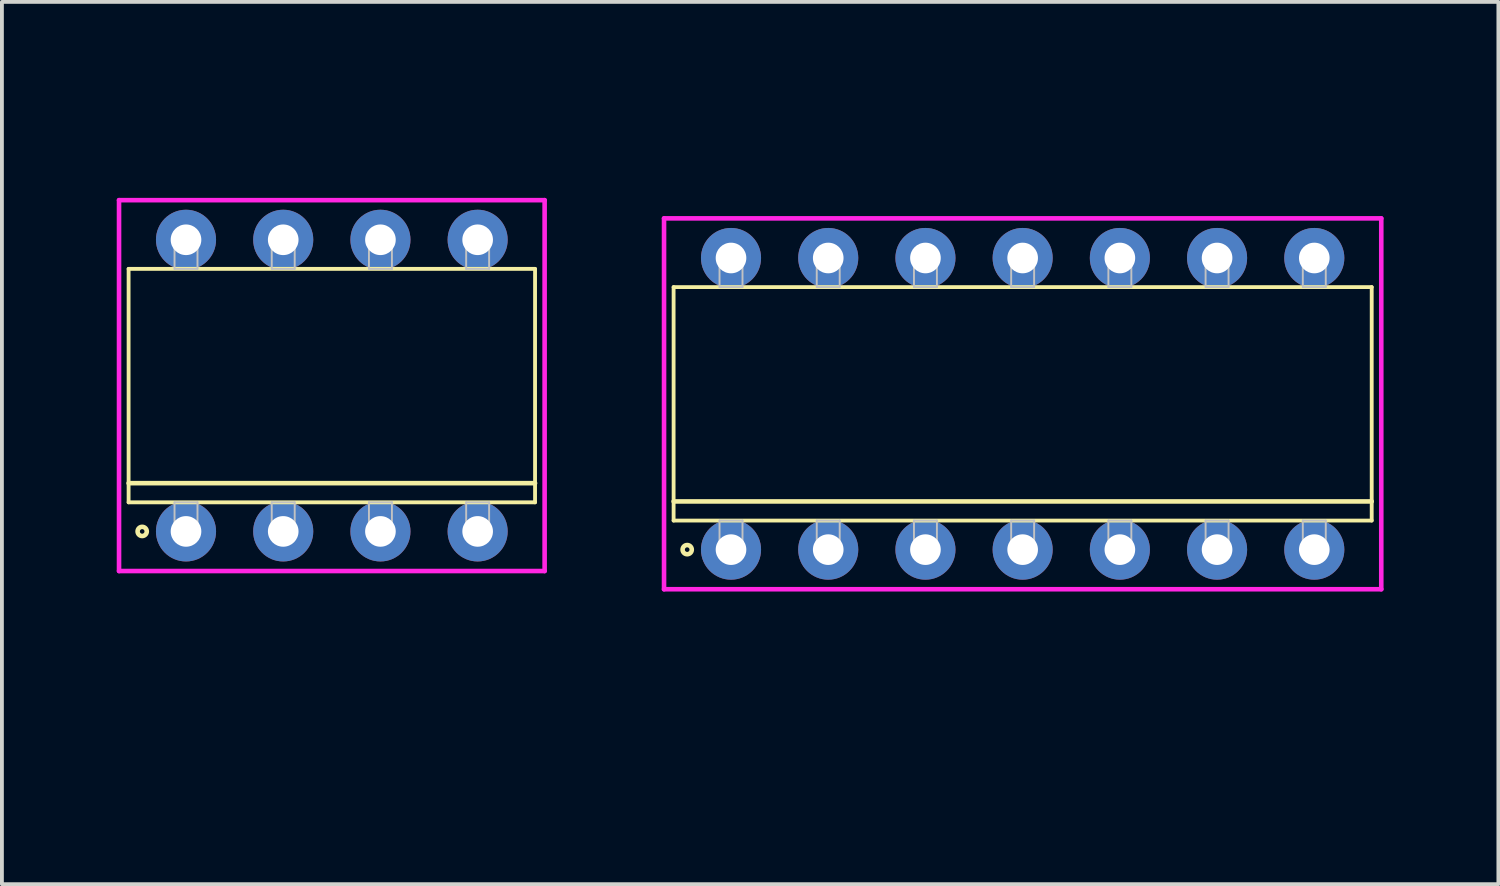
<source format=kicad_pcb>
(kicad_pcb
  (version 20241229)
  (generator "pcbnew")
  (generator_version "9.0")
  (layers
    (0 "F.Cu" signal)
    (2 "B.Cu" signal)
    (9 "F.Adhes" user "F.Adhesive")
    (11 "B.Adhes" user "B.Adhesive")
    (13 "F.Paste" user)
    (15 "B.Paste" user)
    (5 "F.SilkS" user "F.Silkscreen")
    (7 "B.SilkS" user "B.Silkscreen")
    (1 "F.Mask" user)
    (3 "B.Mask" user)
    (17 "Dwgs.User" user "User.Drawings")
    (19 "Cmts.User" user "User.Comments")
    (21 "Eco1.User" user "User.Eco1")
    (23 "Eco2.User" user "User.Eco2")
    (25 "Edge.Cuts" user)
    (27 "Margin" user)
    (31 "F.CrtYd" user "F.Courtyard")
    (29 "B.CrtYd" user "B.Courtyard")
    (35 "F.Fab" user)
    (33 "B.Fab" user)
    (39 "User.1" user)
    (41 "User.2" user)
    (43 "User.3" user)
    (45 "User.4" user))
  (footprint "DIP254P1062x610-8"
    (layer "F.Cu")
    (at 5.62 7.025)
    (property "Reference" "DIP254P1062x610-8" (at 0 1.025 90) (layer "User.1") (effects (font (size 1 1) (thickness 0.1))))
    (attr through_hole)
    (fp_line (start -5.31 -3.05) (end -5.31 3.05) (stroke (width 0.1) (type solid)) (layer "F.SilkS"))
    (fp_line (start -5.31 2.55) (end 5.31 2.55) (stroke (width 0.12) (type solid)) (layer "F.SilkS"))
    (fp_line (start -5.31 3.05) (end 5.31 3.05) (stroke (width 0.1) (type solid)) (layer "F.SilkS"))
    (fp_line (start 5.31 -3.05) (end -5.31 -3.05) (stroke (width 0.1) (type solid)) (layer "F.SilkS"))
    (fp_line (start 5.31 3.05) (end 5.31 -3.05) (stroke (width 0.1) (type solid)) (layer "F.SilkS"))
    (fp_circle (center -4.955 3.81) (end -4.835 3.81) (stroke (width 0.12) (type solid)) (fill no) (layer "F.SilkS"))
    (fp_line (start -4.11 -3.81) (end -4.11 -3.05) (stroke (width 0.05) (type solid)) (layer "Dwgs.User"))
    (fp_line (start -4.11 -3.05) (end -3.51 -3.05) (stroke (width 0.05) (type solid)) (layer "Dwgs.User"))
    (fp_line (start -4.11 3.05) (end -3.51 3.05) (stroke (width 0.05) (type solid)) (layer "Dwgs.User"))
    (fp_line (start -4.11 3.81) (end -4.11 3.05) (stroke (width 0.05) (type solid)) (layer "Dwgs.User"))
    (fp_line (start -3.51 -3.81) (end -4.11 -3.81) (stroke (width 0.05) (type solid)) (layer "Dwgs.User"))
    (fp_line (start -3.51 -3.05) (end -3.51 -3.81) (stroke (width 0.05) (type solid)) (layer "Dwgs.User"))
    (fp_line (start -3.51 3.05) (end -3.51 3.81) (stroke (width 0.05) (type solid)) (layer "Dwgs.User"))
    (fp_line (start -3.51 3.81) (end -4.11 3.81) (stroke (width 0.05) (type solid)) (layer "Dwgs.User"))
    (fp_line (start -1.57 -3.81) (end -1.57 -3.05) (stroke (width 0.05) (type solid)) (layer "Dwgs.User"))
    (fp_line (start -1.57 -3.05) (end -0.97 -3.05) (stroke (width 0.05) (type solid)) (layer "Dwgs.User"))
    (fp_line (start -1.57 3.05) (end -0.97 3.05) (stroke (width 0.05) (type solid)) (layer "Dwgs.User"))
    (fp_line (start -1.57 3.81) (end -1.57 3.05) (stroke (width 0.05) (type solid)) (layer "Dwgs.User"))
    (fp_line (start -0.97 -3.81) (end -1.57 -3.81) (stroke (width 0.05) (type solid)) (layer "Dwgs.User"))
    (fp_line (start -0.97 -3.05) (end -0.97 -3.81) (stroke (width 0.05) (type solid)) (layer "Dwgs.User"))
    (fp_line (start -0.97 3.05) (end -0.97 3.81) (stroke (width 0.05) (type solid)) (layer "Dwgs.User"))
    (fp_line (start -0.97 3.81) (end -1.57 3.81) (stroke (width 0.05) (type solid)) (layer "Dwgs.User"))
    (fp_line (start 0.97 -3.81) (end 0.97 -3.05) (stroke (width 0.05) (type solid)) (layer "Dwgs.User"))
    (fp_line (start 0.97 -3.05) (end 1.57 -3.05) (stroke (width 0.05) (type solid)) (layer "Dwgs.User"))
    (fp_line (start 0.97 3.05) (end 1.57 3.05) (stroke (width 0.05) (type solid)) (layer "Dwgs.User"))
    (fp_line (start 0.97 3.81) (end 0.97 3.05) (stroke (width 0.05) (type solid)) (layer "Dwgs.User"))
    (fp_line (start 1.57 -3.81) (end 0.97 -3.81) (stroke (width 0.05) (type solid)) (layer "Dwgs.User"))
    (fp_line (start 1.57 -3.05) (end 1.57 -3.81) (stroke (width 0.05) (type solid)) (layer "Dwgs.User"))
    (fp_line (start 1.57 3.05) (end 1.57 3.81) (stroke (width 0.05) (type solid)) (layer "Dwgs.User"))
    (fp_line (start 1.57 3.81) (end 0.97 3.81) (stroke (width 0.05) (type solid)) (layer "Dwgs.User"))
    (fp_line (start 3.51 -3.81) (end 3.51 -3.05) (stroke (width 0.05) (type solid)) (layer "Dwgs.User"))
    (fp_line (start 3.51 -3.05) (end 4.11 -3.05) (stroke (width 0.05) (type solid)) (layer "Dwgs.User"))
    (fp_line (start 3.51 3.05) (end 4.11 3.05) (stroke (width 0.05) (type solid)) (layer "Dwgs.User"))
    (fp_line (start 3.51 3.81) (end 3.51 3.05) (stroke (width 0.05) (type solid)) (layer "Dwgs.User"))
    (fp_line (start 4.11 -3.81) (end 3.51 -3.81) (stroke (width 0.05) (type solid)) (layer "Dwgs.User"))
    (fp_line (start 4.11 -3.05) (end 4.11 -3.81) (stroke (width 0.05) (type solid)) (layer "Dwgs.User"))
    (fp_line (start 4.11 3.05) (end 4.11 3.81) (stroke (width 0.05) (type solid)) (layer "Dwgs.User"))
    (fp_line (start 4.11 3.81) (end 3.51 3.81) (stroke (width 0.05) (type solid)) (layer "Dwgs.User"))
    (fp_line (start -5.56 -4.845) (end -5.56 4.845) (stroke (width 0.12) (type solid)) (layer "F.CrtYd"))
    (fp_line (start -5.56 4.845) (end 5.56 4.845) (stroke (width 0.12) (type solid)) (layer "F.CrtYd"))
    (fp_line (start 5.56 -4.845) (end -5.56 -4.845) (stroke (width 0.12) (type solid)) (layer "F.CrtYd"))
    (fp_line (start 5.56 4.845) (end 5.56 -4.845) (stroke (width 0.12) (type solid)) (layer "F.CrtYd"))
    (pad "1" thru_hole oval (at -3.81 -3.81) (size 1.57 1.57) (drill 0.8) (layers "*.Cu" "*.Mask"))
    (pad "1" thru_hole oval (at -3.81 3.81) (size 1.57 1.57) (drill 0.8) (layers "*.Cu" "*.Mask"))
    (pad "1" thru_hole oval (at -1.27 -3.81) (size 1.57 1.57) (drill 0.8) (layers "*.Cu" "*.Mask"))
    (pad "1" thru_hole oval (at 1.27 -3.81) (size 1.57 1.57) (drill 0.8) (layers "*.Cu" "*.Mask"))
    (pad "1" thru_hole oval (at 3.81 -3.81) (size 1.57 1.57) (drill 0.8) (layers "*.Cu" "*.Mask"))
    (pad "2" thru_hole oval (at -1.27 3.81) (size 1.57 1.57) (drill 0.8) (layers "*.Cu" "*.Mask"))
    (pad "3" thru_hole oval (at 1.27 3.81) (size 1.57 1.57) (drill 0.8) (layers "*.Cu" "*.Mask"))
    (pad "4" thru_hole oval (at 3.81 3.81) (size 1.57 1.57) (drill 0.8) (layers "*.Cu" "*.Mask")))
  (footprint "DIP254P1824x610-14"
    (layer "F.Cu")
    (at 23.67 7.501)
    (property "Reference" "DIP254P1824x610-14" (at 0 1.025 90) (layer "User.1") (effects (font (size 1 1) (thickness 0.1))))
    (attr through_hole)
    (fp_line (start -9.12 -3.05) (end -9.12 3.05) (stroke (width 0.1) (type solid)) (layer "F.SilkS"))
    (fp_line (start -9.12 2.55) (end 9.12 2.55) (stroke (width 0.12) (type solid)) (layer "F.SilkS"))
    (fp_line (start -9.12 3.05) (end 9.12 3.05) (stroke (width 0.1) (type solid)) (layer "F.SilkS"))
    (fp_line (start 9.12 -3.05) (end -9.12 -3.05) (stroke (width 0.1) (type solid)) (layer "F.SilkS"))
    (fp_line (start 9.12 3.05) (end 9.12 -3.05) (stroke (width 0.1) (type solid)) (layer "F.SilkS"))
    (fp_circle (center -8.765 3.81) (end -8.645 3.81) (stroke (width 0.12) (type solid)) (fill no) (layer "F.SilkS"))
    (fp_line (start -7.92 -3.81) (end -7.92 -3.05) (stroke (width 0.05) (type solid)) (layer "Dwgs.User"))
    (fp_line (start -7.92 -3.05) (end -7.32 -3.05) (stroke (width 0.05) (type solid)) (layer "Dwgs.User"))
    (fp_line (start -7.92 3.05) (end -7.32 3.05) (stroke (width 0.05) (type solid)) (layer "Dwgs.User"))
    (fp_line (start -7.92 3.81) (end -7.92 3.05) (stroke (width 0.05) (type solid)) (layer "Dwgs.User"))
    (fp_line (start -7.32 -3.81) (end -7.92 -3.81) (stroke (width 0.05) (type solid)) (layer "Dwgs.User"))
    (fp_line (start -7.32 -3.05) (end -7.32 -3.81) (stroke (width 0.05) (type solid)) (layer "Dwgs.User"))
    (fp_line (start -7.32 3.05) (end -7.32 3.81) (stroke (width 0.05) (type solid)) (layer "Dwgs.User"))
    (fp_line (start -7.32 3.81) (end -7.92 3.81) (stroke (width 0.05) (type solid)) (layer "Dwgs.User"))
    (fp_line (start -5.38 -3.81) (end -5.38 -3.05) (stroke (width 0.05) (type solid)) (layer "Dwgs.User"))
    (fp_line (start -5.38 -3.05) (end -4.78 -3.05) (stroke (width 0.05) (type solid)) (layer "Dwgs.User"))
    (fp_line (start -5.38 3.05) (end -4.78 3.05) (stroke (width 0.05) (type solid)) (layer "Dwgs.User"))
    (fp_line (start -5.38 3.81) (end -5.38 3.05) (stroke (width 0.05) (type solid)) (layer "Dwgs.User"))
    (fp_line (start -4.78 -3.81) (end -5.38 -3.81) (stroke (width 0.05) (type solid)) (layer "Dwgs.User"))
    (fp_line (start -4.78 -3.05) (end -4.78 -3.81) (stroke (width 0.05) (type solid)) (layer "Dwgs.User"))
    (fp_line (start -4.78 3.05) (end -4.78 3.81) (stroke (width 0.05) (type solid)) (layer "Dwgs.User"))
    (fp_line (start -4.78 3.81) (end -5.38 3.81) (stroke (width 0.05) (type solid)) (layer "Dwgs.User"))
    (fp_line (start -2.84 -3.81) (end -2.84 -3.05) (stroke (width 0.05) (type solid)) (layer "Dwgs.User"))
    (fp_line (start -2.84 -3.05) (end -2.24 -3.05) (stroke (width 0.05) (type solid)) (layer "Dwgs.User"))
    (fp_line (start -2.84 3.05) (end -2.24 3.05) (stroke (width 0.05) (type solid)) (layer "Dwgs.User"))
    (fp_line (start -2.84 3.81) (end -2.84 3.05) (stroke (width 0.05) (type solid)) (layer "Dwgs.User"))
    (fp_line (start -2.24 -3.81) (end -2.84 -3.81) (stroke (width 0.05) (type solid)) (layer "Dwgs.User"))
    (fp_line (start -2.24 -3.05) (end -2.24 -3.81) (stroke (width 0.05) (type solid)) (layer "Dwgs.User"))
    (fp_line (start -2.24 3.05) (end -2.24 3.81) (stroke (width 0.05) (type solid)) (layer "Dwgs.User"))
    (fp_line (start -2.24 3.81) (end -2.84 3.81) (stroke (width 0.05) (type solid)) (layer "Dwgs.User"))
    (fp_line (start -0.3 -3.81) (end -0.3 -3.05) (stroke (width 0.05) (type solid)) (layer "Dwgs.User"))
    (fp_line (start -0.3 -3.05) (end 0.3 -3.05) (stroke (width 0.05) (type solid)) (layer "Dwgs.User"))
    (fp_line (start -0.3 3.05) (end 0.3 3.05) (stroke (width 0.05) (type solid)) (layer "Dwgs.User"))
    (fp_line (start -0.3 3.81) (end -0.3 3.05) (stroke (width 0.05) (type solid)) (layer "Dwgs.User"))
    (fp_line (start 0.3 -3.81) (end -0.3 -3.81) (stroke (width 0.05) (type solid)) (layer "Dwgs.User"))
    (fp_line (start 0.3 -3.05) (end 0.3 -3.81) (stroke (width 0.05) (type solid)) (layer "Dwgs.User"))
    (fp_line (start 0.3 3.05) (end 0.3 3.81) (stroke (width 0.05) (type solid)) (layer "Dwgs.User"))
    (fp_line (start 0.3 3.81) (end -0.3 3.81) (stroke (width 0.05) (type solid)) (layer "Dwgs.User"))
    (fp_line (start 2.24 -3.81) (end 2.24 -3.05) (stroke (width 0.05) (type solid)) (layer "Dwgs.User"))
    (fp_line (start 2.24 -3.05) (end 2.84 -3.05) (stroke (width 0.05) (type solid)) (layer "Dwgs.User"))
    (fp_line (start 2.24 3.05) (end 2.84 3.05) (stroke (width 0.05) (type solid)) (layer "Dwgs.User"))
    (fp_line (start 2.24 3.81) (end 2.24 3.05) (stroke (width 0.05) (type solid)) (layer "Dwgs.User"))
    (fp_line (start 2.84 -3.81) (end 2.24 -3.81) (stroke (width 0.05) (type solid)) (layer "Dwgs.User"))
    (fp_line (start 2.84 -3.05) (end 2.84 -3.81) (stroke (width 0.05) (type solid)) (layer "Dwgs.User"))
    (fp_line (start 2.84 3.05) (end 2.84 3.81) (stroke (width 0.05) (type solid)) (layer "Dwgs.User"))
    (fp_line (start 2.84 3.81) (end 2.24 3.81) (stroke (width 0.05) (type solid)) (layer "Dwgs.User"))
    (fp_line (start 4.78 -3.81) (end 4.78 -3.05) (stroke (width 0.05) (type solid)) (layer "Dwgs.User"))
    (fp_line (start 4.78 -3.05) (end 5.38 -3.05) (stroke (width 0.05) (type solid)) (layer "Dwgs.User"))
    (fp_line (start 4.78 3.05) (end 5.38 3.05) (stroke (width 0.05) (type solid)) (layer "Dwgs.User"))
    (fp_line (start 4.78 3.81) (end 4.78 3.05) (stroke (width 0.05) (type solid)) (layer "Dwgs.User"))
    (fp_line (start 5.38 -3.81) (end 4.78 -3.81) (stroke (width 0.05) (type solid)) (layer "Dwgs.User"))
    (fp_line (start 5.38 -3.05) (end 5.38 -3.81) (stroke (width 0.05) (type solid)) (layer "Dwgs.User"))
    (fp_line (start 5.38 3.05) (end 5.38 3.81) (stroke (width 0.05) (type solid)) (layer "Dwgs.User"))
    (fp_line (start 5.38 3.81) (end 4.78 3.81) (stroke (width 0.05) (type solid)) (layer "Dwgs.User"))
    (fp_line (start 7.32 -3.81) (end 7.32 -3.05) (stroke (width 0.05) (type solid)) (layer "Dwgs.User"))
    (fp_line (start 7.32 -3.05) (end 7.92 -3.05) (stroke (width 0.05) (type solid)) (layer "Dwgs.User"))
    (fp_line (start 7.32 3.05) (end 7.92 3.05) (stroke (width 0.05) (type solid)) (layer "Dwgs.User"))
    (fp_line (start 7.32 3.81) (end 7.32 3.05) (stroke (width 0.05) (type solid)) (layer "Dwgs.User"))
    (fp_line (start 7.92 -3.81) (end 7.32 -3.81) (stroke (width 0.05) (type solid)) (layer "Dwgs.User"))
    (fp_line (start 7.92 -3.05) (end 7.92 -3.81) (stroke (width 0.05) (type solid)) (layer "Dwgs.User"))
    (fp_line (start 7.92 3.05) (end 7.92 3.81) (stroke (width 0.05) (type solid)) (layer "Dwgs.User"))
    (fp_line (start 7.92 3.81) (end 7.32 3.81) (stroke (width 0.05) (type solid)) (layer "Dwgs.User"))
    (fp_line (start -9.37 -4.845) (end -9.37 4.845) (stroke (width 0.12) (type solid)) (layer "F.CrtYd"))
    (fp_line (start -9.37 4.845) (end 9.37 4.845) (stroke (width 0.12) (type solid)) (layer "F.CrtYd"))
    (fp_line (start 9.37 -4.845) (end -9.37 -4.845) (stroke (width 0.12) (type solid)) (layer "F.CrtYd"))
    (fp_line (start 9.37 4.845) (end 9.37 -4.845) (stroke (width 0.12) (type solid)) (layer "F.CrtYd"))
    (pad "1" thru_hole oval (at -7.62 -3.81) (size 1.57 1.57) (drill 0.8) (layers "*.Cu" "*.Mask"))
    (pad "1" thru_hole oval (at -7.62 3.81) (size 1.57 1.57) (drill 0.8) (layers "*.Cu" "*.Mask"))
    (pad "1" thru_hole oval (at -5.08 -3.81) (size 1.57 1.57) (drill 0.8) (layers "*.Cu" "*.Mask"))
    (pad "1" thru_hole oval (at -2.54 -3.81) (size 1.57 1.57) (drill 0.8) (layers "*.Cu" "*.Mask"))
    (pad "1" thru_hole oval (at 0 -3.81) (size 1.57 1.57) (drill 0.8) (layers "*.Cu" "*.Mask"))
    (pad "1" thru_hole oval (at 2.54 -3.81) (size 1.57 1.57) (drill 0.8) (layers "*.Cu" "*.Mask"))
    (pad "1" thru_hole oval (at 5.08 -3.81) (size 1.57 1.57) (drill 0.8) (layers "*.Cu" "*.Mask"))
    (pad "1" thru_hole oval (at 7.62 -3.81) (size 1.57 1.57) (drill 0.8) (layers "*.Cu" "*.Mask"))
    (pad "2" thru_hole oval (at -5.08 3.81) (size 1.57 1.57) (drill 0.8) (layers "*.Cu" "*.Mask"))
    (pad "3" thru_hole oval (at -2.54 3.81) (size 1.57 1.57) (drill 0.8) (layers "*.Cu" "*.Mask"))
    (pad "4" thru_hole oval (at 0 3.81) (size 1.57 1.57) (drill 0.8) (layers "*.Cu" "*.Mask"))
    (pad "5" thru_hole oval (at 2.54 3.81) (size 1.57 1.57) (drill 0.8) (layers "*.Cu" "*.Mask"))
    (pad "6" thru_hole oval (at 5.08 3.81) (size 1.57 1.57) (drill 0.8) (layers "*.Cu" "*.Mask"))
    (pad "7" thru_hole oval (at 7.62 3.81) (size 1.57 1.57) (drill 0.8) (layers "*.Cu" "*.Mask")))
  (gr_rect
    (start -3 -3)
    (end 36.1 20.052)
    (stroke (width 0.1) (type default))
    (fill no)
    (layer "Edge.Cuts")))
</source>
